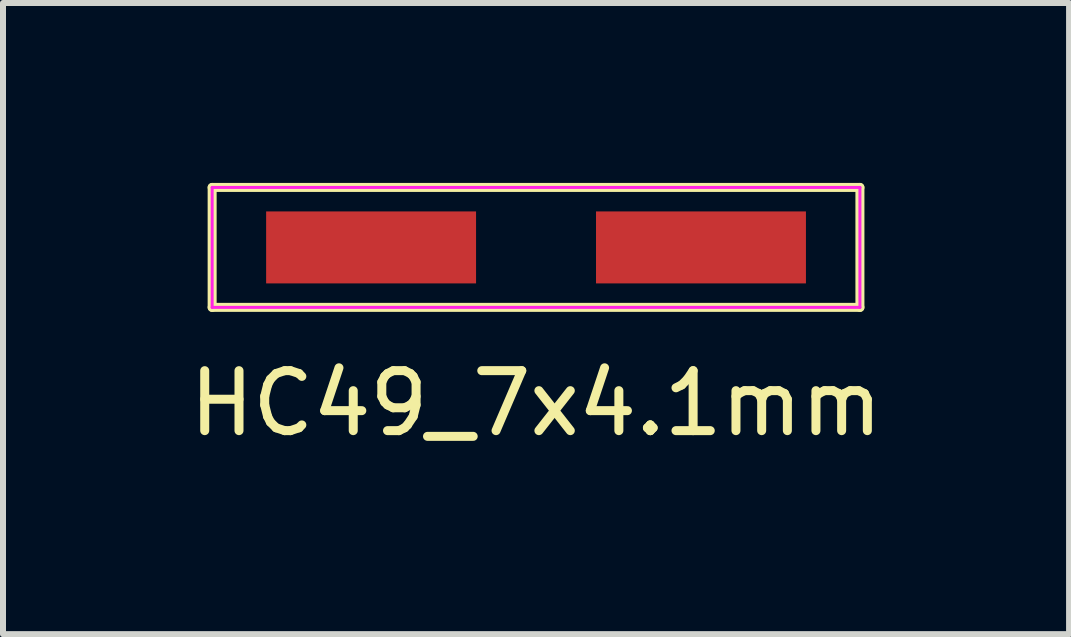
<source format=kicad_pcb>
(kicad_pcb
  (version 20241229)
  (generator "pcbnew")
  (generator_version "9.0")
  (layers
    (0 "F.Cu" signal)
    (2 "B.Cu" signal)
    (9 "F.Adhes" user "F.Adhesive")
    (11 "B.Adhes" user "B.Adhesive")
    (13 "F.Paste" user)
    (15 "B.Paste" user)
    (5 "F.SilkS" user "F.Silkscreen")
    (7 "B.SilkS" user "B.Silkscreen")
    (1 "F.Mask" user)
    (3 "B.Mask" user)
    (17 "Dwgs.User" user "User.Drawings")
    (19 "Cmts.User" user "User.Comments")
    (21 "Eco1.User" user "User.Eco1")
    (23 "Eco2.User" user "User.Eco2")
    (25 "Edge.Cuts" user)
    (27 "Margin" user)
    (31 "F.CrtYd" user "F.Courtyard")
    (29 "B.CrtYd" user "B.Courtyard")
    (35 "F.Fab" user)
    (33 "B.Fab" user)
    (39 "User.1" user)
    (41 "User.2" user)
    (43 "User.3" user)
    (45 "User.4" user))
  (footprint "HC49_7x4.1mm"
    (layer "F.Cu")
    (at 5.887 1.075)
    (property "Reference" "HC49_7x4.1mm" (at 0 2.6 0) (layer "F.SilkS") (effects (font (size 1 1) (thickness 0.15))))
    (attr through_hole)
    (fp_line (start -5.4 -1) (end 5.4 -1) (stroke (width 0.15) (type solid)) (layer "F.SilkS"))
    (fp_line (start -5.4 1) (end -5.4 -1) (stroke (width 0.15) (type solid)) (layer "F.SilkS"))
    (fp_line (start -5.4 1) (end 5.4 1) (stroke (width 0.15) (type solid)) (layer "F.SilkS"))
    (fp_line (start 5.4 -1) (end 5.4 1) (stroke (width 0.15) (type solid)) (layer "F.SilkS"))
    (fp_line (start -5.4 -1) (end -5.4 1) (stroke (width 0.05) (type solid)) (layer "F.CrtYd"))
    (fp_line (start -5.4 1) (end 5.4 1) (stroke (width 0.05) (type solid)) (layer "F.CrtYd"))
    (fp_line (start 5.4 -1) (end -5.4 -1) (stroke (width 0.05) (type solid)) (layer "F.CrtYd"))
    (fp_line (start 5.4 1) (end 5.4 -1) (stroke (width 0.05) (type solid)) (layer "F.CrtYd"))
    (pad "1" smd rect (at -2.75 0) (size 3.5 1.2) (layers "F.Cu" "F.Mask" "F.Paste"))
    (pad "2" smd rect (at 2.75 0) (size 3.5 1.2) (layers "F.Cu" "F.Mask" "F.Paste")))
  (gr_rect
    (start -3 -3)
    (end 14.774 7.523)
    (stroke (width 0.1) (type default))
    (fill no)
    (layer "Edge.Cuts")))
</source>
